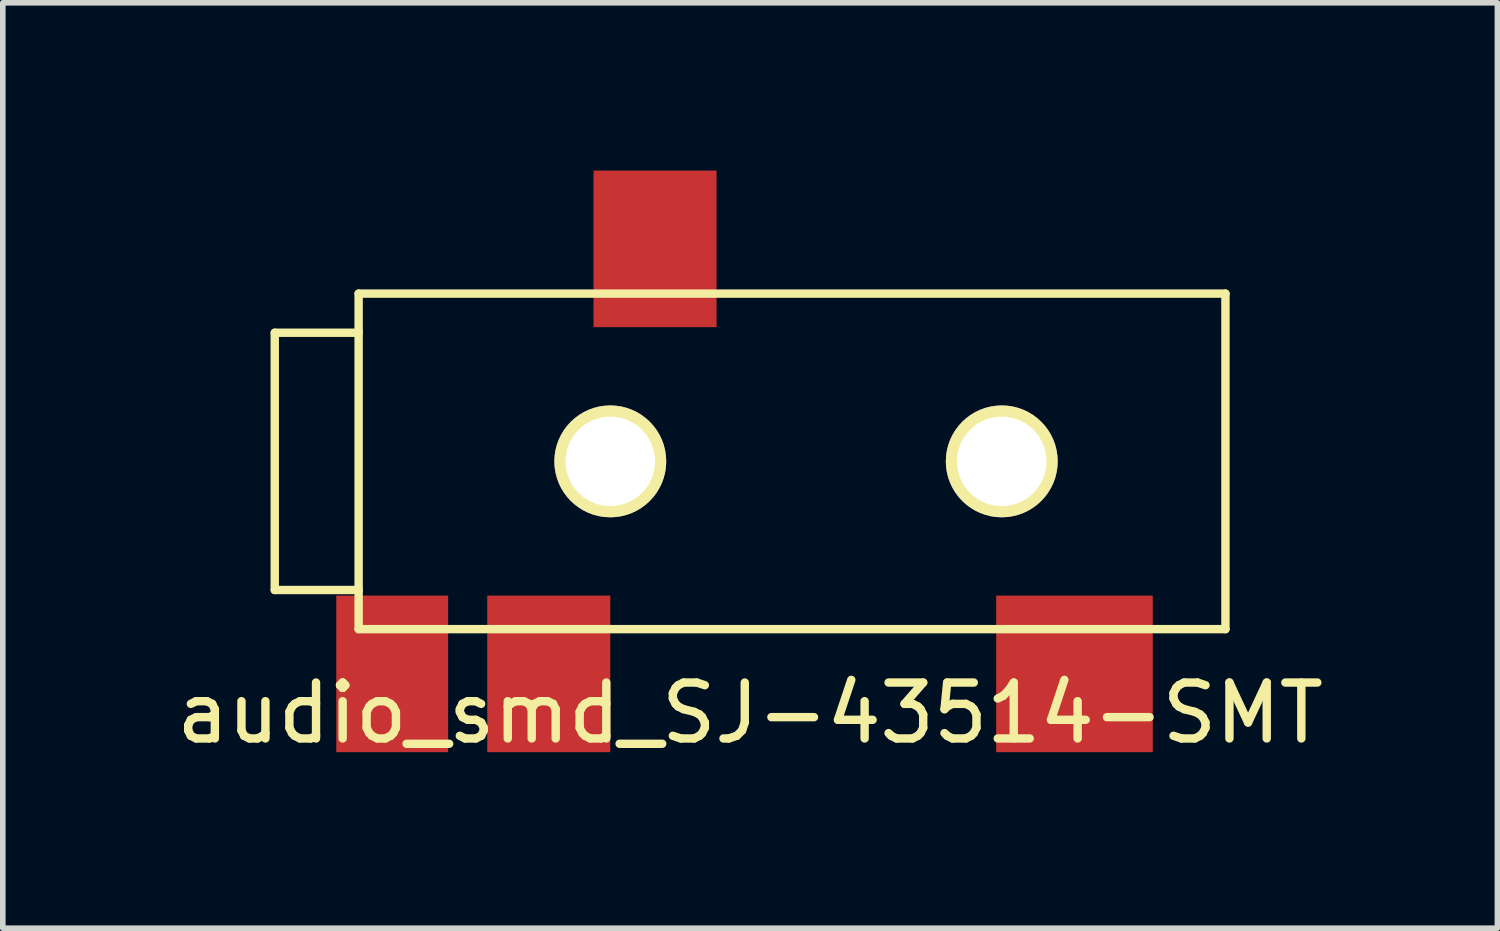
<source format=kicad_pcb>
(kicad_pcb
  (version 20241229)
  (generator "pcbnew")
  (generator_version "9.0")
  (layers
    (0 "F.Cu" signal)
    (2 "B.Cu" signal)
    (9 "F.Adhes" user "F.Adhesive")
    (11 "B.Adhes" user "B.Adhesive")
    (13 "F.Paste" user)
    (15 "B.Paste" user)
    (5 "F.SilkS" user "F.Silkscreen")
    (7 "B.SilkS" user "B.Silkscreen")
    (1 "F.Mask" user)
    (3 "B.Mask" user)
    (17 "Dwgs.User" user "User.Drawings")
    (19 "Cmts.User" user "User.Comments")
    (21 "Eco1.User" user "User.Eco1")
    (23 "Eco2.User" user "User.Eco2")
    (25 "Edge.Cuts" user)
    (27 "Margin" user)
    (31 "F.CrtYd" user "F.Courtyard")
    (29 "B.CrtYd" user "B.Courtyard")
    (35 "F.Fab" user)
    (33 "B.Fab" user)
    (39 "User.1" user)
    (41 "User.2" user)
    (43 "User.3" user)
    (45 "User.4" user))
  (footprint "audio_smd_SJ-43514-SMT"
    (layer "F.Cu")
    (at 3.363 5.2)
    (property "Reference" "audio_smd_SJ-43514-SMT" (at 7 4.5 0) (layer "F.SilkS") (effects (font (size 1 1) (thickness 0.15))))
    (attr through_hole)
    (fp_line (start -1.5 -2.3) (end -1.5 2.3) (stroke (width 0.15) (type solid)) (layer "F.SilkS"))
    (fp_line (start -1.5 2.3) (end 0 2.3) (stroke (width 0.15) (type solid)) (layer "F.SilkS"))
    (fp_line (start 0 -3) (end 0 3) (stroke (width 0.15) (type solid)) (layer "F.SilkS"))
    (fp_line (start 0 -2.3) (end -1.5 -2.3) (stroke (width 0.15) (type solid)) (layer "F.SilkS"))
    (fp_line (start 0 3) (end 15.5 3) (stroke (width 0.15) (type solid)) (layer "F.SilkS"))
    (fp_line (start 15.5 -3) (end 0 -3) (stroke (width 0.15) (type solid)) (layer "F.SilkS"))
    (fp_line (start 15.5 3) (end 15.5 -3) (stroke (width 0.15) (type solid)) (layer "F.SilkS"))
    (pad "" thru_hole circle (at 4.5 0) (size 2 2) (drill 1.6) (layers "*.Cu" "*.Mask" "F.SilkS"))
    (pad "" thru_hole circle (at 11.5 0) (size 2 2) (drill 1.6) (layers "*.Cu" "*.Mask" "F.SilkS"))
    (pad "1" smd rect (at 0.6 3.8) (size 2 2.8) (layers "F.Cu" "F.Mask" "F.Paste"))
    (pad "2" smd rect (at 12.8 3.8) (size 2.8 2.8) (layers "F.Cu" "F.Mask" "F.Paste"))
    (pad "3" smd rect (at 5.3 -3.8) (size 2.2 2.8) (layers "F.Cu" "F.Mask" "F.Paste"))
    (pad "4" smd rect (at 3.4 3.8) (size 2.2 2.8) (layers "F.Cu" "F.Mask" "F.Paste")))
  (gr_rect
    (start -3 -3)
    (end 23.726 13.548)
    (stroke (width 0.1) (type default))
    (fill no)
    (layer "Edge.Cuts")))
</source>
